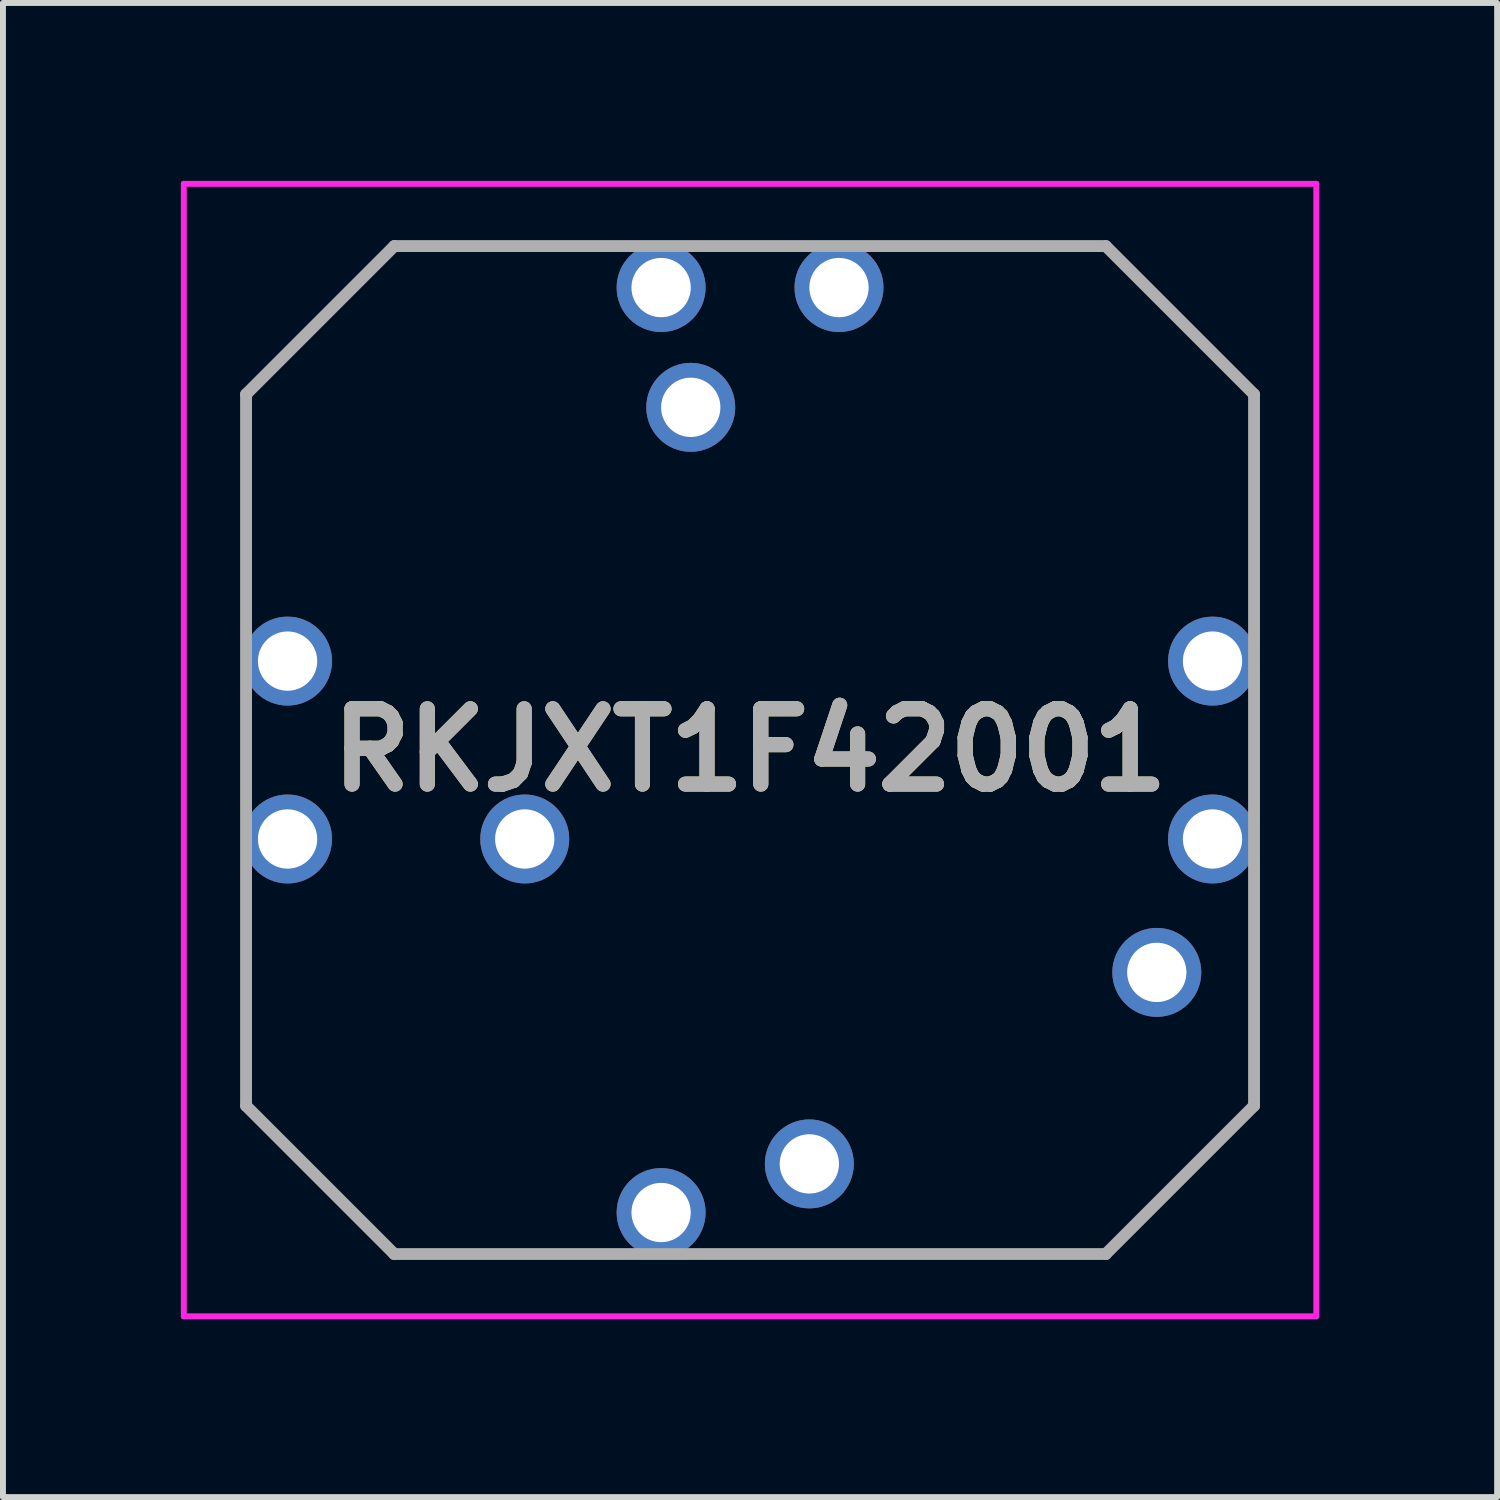
<source format=kicad_pcb>
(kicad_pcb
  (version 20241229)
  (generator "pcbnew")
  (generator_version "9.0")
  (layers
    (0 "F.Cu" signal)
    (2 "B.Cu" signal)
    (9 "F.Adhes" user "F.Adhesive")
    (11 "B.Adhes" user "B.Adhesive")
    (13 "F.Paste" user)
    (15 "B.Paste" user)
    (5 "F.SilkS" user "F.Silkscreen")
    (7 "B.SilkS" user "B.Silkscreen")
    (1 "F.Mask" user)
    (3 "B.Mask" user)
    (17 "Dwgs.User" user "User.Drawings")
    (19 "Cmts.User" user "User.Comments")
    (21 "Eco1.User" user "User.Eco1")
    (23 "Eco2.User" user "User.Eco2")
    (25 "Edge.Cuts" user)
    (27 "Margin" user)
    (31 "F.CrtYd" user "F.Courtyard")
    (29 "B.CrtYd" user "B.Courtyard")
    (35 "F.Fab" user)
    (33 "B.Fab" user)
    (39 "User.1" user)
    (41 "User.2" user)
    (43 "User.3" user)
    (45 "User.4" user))
  (footprint "RKJXT1F42001"
    (layer "F.Cu")
    (at 9.6 9.6)
    (property "Reference" "RKJXT1F42001" (at 0 0 0) (layer "F.SilkS") (effects (font (size 1.27 1.27) (thickness 0.254))))
    (attr through_hole)
    (fp_line (start -8.5 -6) (end -6 -8.5) (stroke (width 0.1) (type solid)) (layer "F.SilkS"))
    (fp_line (start -8.5 -2.5) (end -8.5 -6) (stroke (width 0.1) (type solid)) (layer "F.SilkS"))
    (fp_line (start -8.5 -0.5) (end -8.5 0.5) (stroke (width 0.1) (type solid)) (layer "F.SilkS"))
    (fp_line (start -8.5 2.5) (end -8.5 6) (stroke (width 0.1) (type solid)) (layer "F.SilkS"))
    (fp_line (start -8.5 6) (end -6 8.5) (stroke (width 0.1) (type solid)) (layer "F.SilkS"))
    (fp_line (start -6 -8.5) (end -2.5 -8.5) (stroke (width 0.1) (type solid)) (layer "F.SilkS"))
    (fp_line (start -6 8.5) (end -2.5 8.5) (stroke (width 0.1) (type solid)) (layer "F.SilkS"))
    (fp_line (start -0.5 8.5) (end 6 8.5) (stroke (width 0.1) (type solid)) (layer "F.SilkS"))
    (fp_line (start 2.5 -8.5) (end 6 -8.5) (stroke (width 0.1) (type solid)) (layer "F.SilkS"))
    (fp_line (start 6 -8.5) (end 8.5 -6) (stroke (width 0.1) (type solid)) (layer "F.SilkS"))
    (fp_line (start 6 8.5) (end 8.5 6) (stroke (width 0.1) (type solid)) (layer "F.SilkS"))
    (fp_line (start 8.5 -6) (end 8.5 -2.5) (stroke (width 0.1) (type solid)) (layer "F.SilkS"))
    (fp_line (start 8.5 -0.5) (end 8.5 0.5) (stroke (width 0.1) (type solid)) (layer "F.SilkS"))
    (fp_line (start 8.5 6) (end 8.5 2.5) (stroke (width 0.1) (type solid)) (layer "F.SilkS"))
    (fp_line (start -9.55 -9.55) (end 9.55 -9.55) (stroke (width 0.1) (type solid)) (layer "F.CrtYd"))
    (fp_line (start -9.55 9.55) (end -9.55 -9.55) (stroke (width 0.1) (type solid)) (layer "F.CrtYd"))
    (fp_line (start 9.55 -9.55) (end 9.55 9.55) (stroke (width 0.1) (type solid)) (layer "F.CrtYd"))
    (fp_line (start 9.55 9.55) (end -9.55 9.55) (stroke (width 0.1) (type solid)) (layer "F.CrtYd"))
    (fp_line (start -8.5 -6) (end -8.5 6) (stroke (width 0.2) (type solid)) (layer "F.Fab"))
    (fp_line (start -8.5 -6) (end -6 -8.5) (stroke (width 0.2) (type solid)) (layer "F.Fab"))
    (fp_line (start -6 -8.5) (end 6 -8.5) (stroke (width 0.2) (type solid)) (layer "F.Fab"))
    (fp_line (start -6 8.5) (end -8.5 6) (stroke (width 0.2) (type solid)) (layer "F.Fab"))
    (fp_line (start -6 8.5) (end 6 8.5) (stroke (width 0.2) (type solid)) (layer "F.Fab"))
    (fp_line (start 6 -8.5) (end 8.5 -6) (stroke (width 0.2) (type solid)) (layer "F.Fab"))
    (fp_line (start 6 8.5) (end 8.5 6) (stroke (width 0.2) (type solid)) (layer "F.Fab"))
    (fp_line (start 8.5 6) (end 8.5 -6) (stroke (width 0.2) (type solid)) (layer "F.Fab"))
    (fp_text user "${REFERENCE}" (at 0 0 0) (layer "F.Fab") (effects (font (size 1.27 1.27) (thickness 0.254))))
    (pad "1" thru_hole circle (at -1.5 7.8) (size 1.5 1.5) (drill 1) (layers "*.Cu" "*.Mask"))
    (pad "2" thru_hole circle (at 1 6.98) (size 1.5 1.5) (drill 1) (layers "*.Cu" "*.Mask"))
    (pad "3" thru_hole circle (at 6.86 3.75) (size 1.5 1.5) (drill 1) (layers "*.Cu" "*.Mask"))
    (pad "4" thru_hole circle (at 7.8 1.5) (size 1.5 1.5) (drill 1) (layers "*.Cu" "*.Mask"))
    (pad "5" thru_hole circle (at 7.8 -1.5) (size 1.5 1.5) (drill 1) (layers "*.Cu" "*.Mask"))
    (pad "6" thru_hole circle (at 1.5 -7.8) (size 1.5 1.5) (drill 1) (layers "*.Cu" "*.Mask"))
    (pad "7" thru_hole circle (at -1 -5.78) (size 1.5 1.5) (drill 1) (layers "*.Cu" "*.Mask"))
    (pad "8" thru_hole circle (at -1.5 -7.8) (size 1.5 1.5) (drill 1) (layers "*.Cu" "*.Mask"))
    (pad "9" thru_hole circle (at -7.8 -1.5) (size 1.5 1.5) (drill 1) (layers "*.Cu" "*.Mask"))
    (pad "10" thru_hole circle (at -7.8 1.5) (size 1.5 1.5) (drill 1) (layers "*.Cu" "*.Mask"))
    (pad "11" thru_hole circle (at -3.8 1.5) (size 1.5 1.5) (drill 1) (layers "*.Cu" "*.Mask")))
  (gr_rect
    (start -3 -3)
    (end 22.2 22.2)
    (stroke (width 0.1) (type default))
    (fill no)
    (layer "Edge.Cuts")))
</source>
